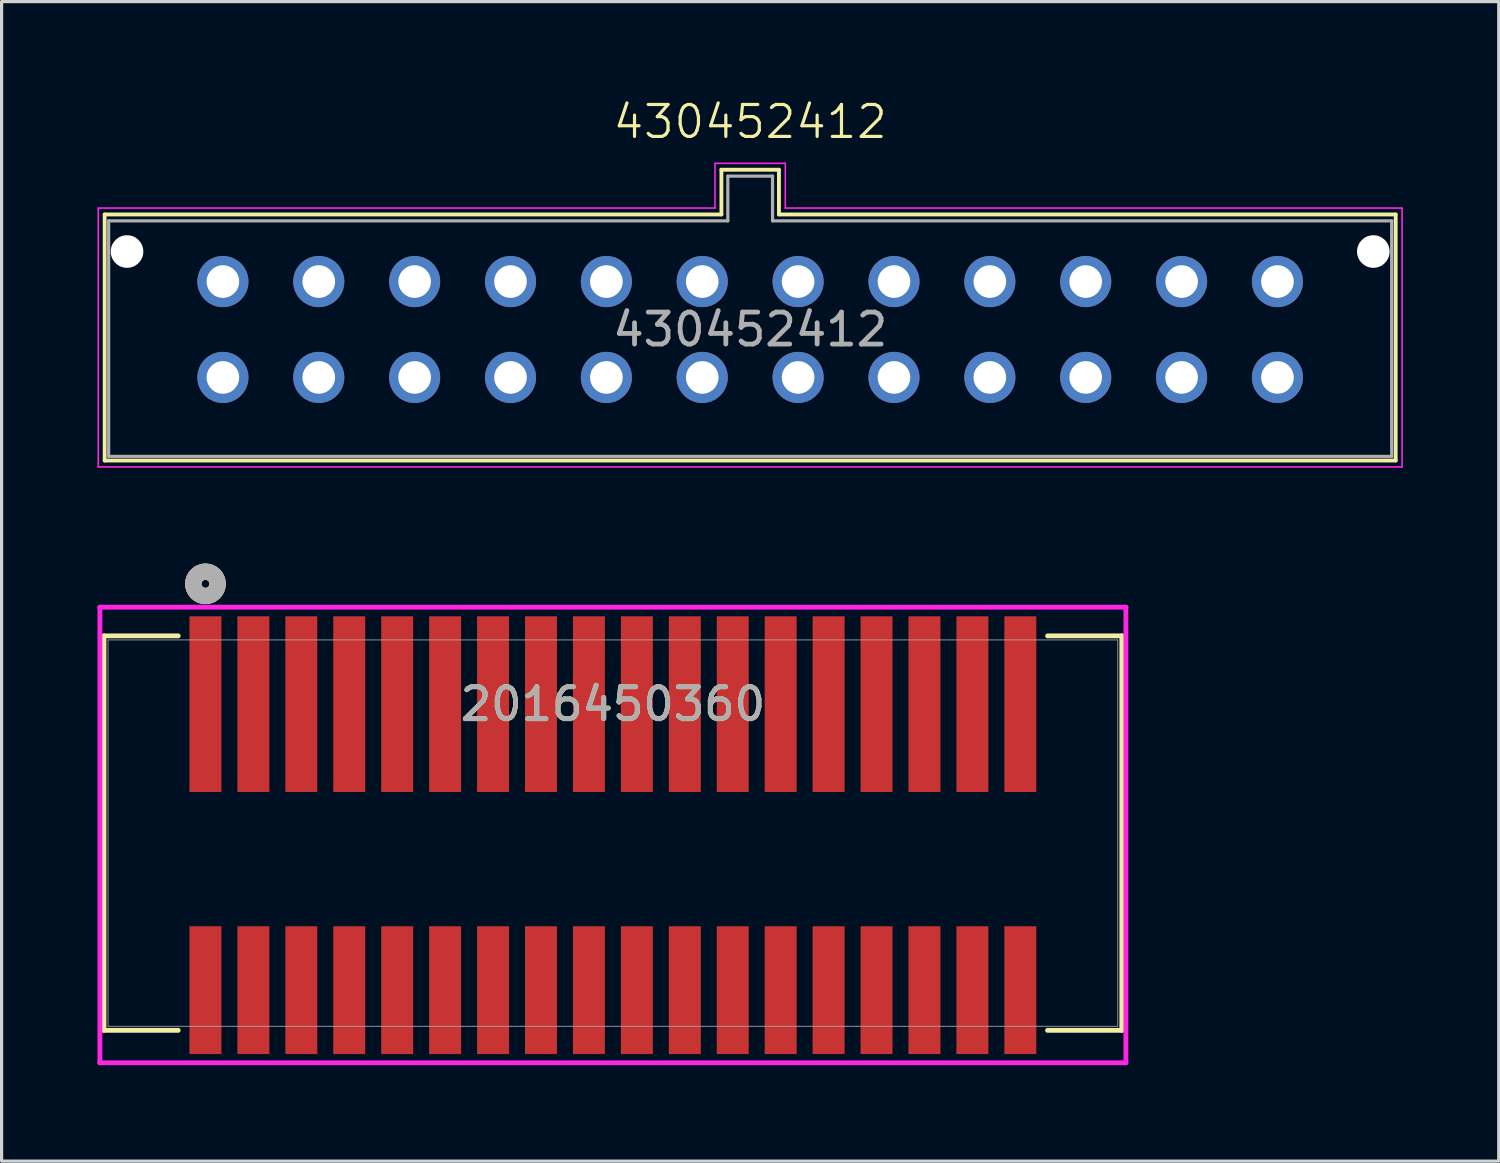
<source format=kicad_pcb>
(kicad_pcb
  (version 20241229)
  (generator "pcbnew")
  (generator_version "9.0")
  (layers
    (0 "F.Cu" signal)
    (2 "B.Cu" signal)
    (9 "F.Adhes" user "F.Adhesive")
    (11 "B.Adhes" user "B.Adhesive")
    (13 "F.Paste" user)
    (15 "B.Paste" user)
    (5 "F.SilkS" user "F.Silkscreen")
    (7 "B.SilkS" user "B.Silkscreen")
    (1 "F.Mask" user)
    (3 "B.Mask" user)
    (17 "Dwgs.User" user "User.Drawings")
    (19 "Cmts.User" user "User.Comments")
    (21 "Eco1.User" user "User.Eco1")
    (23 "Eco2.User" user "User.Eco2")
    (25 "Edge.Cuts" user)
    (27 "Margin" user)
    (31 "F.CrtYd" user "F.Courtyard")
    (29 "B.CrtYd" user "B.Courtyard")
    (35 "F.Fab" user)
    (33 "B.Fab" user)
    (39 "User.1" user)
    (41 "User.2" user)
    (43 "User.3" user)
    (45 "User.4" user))
  (footprint "2016450360"
    (layer "F.Cu")
    (at 16.129 23.02)
    (property "Reference" "2016450360" (at 0 -4.035 0) (unlocked yes) (layer "F.SilkS") (effects (font (size 1 1) (thickness 0.15))))
    (attr smd)
    (fp_line (start -15.926 -6.172) (end -15.926 6.172) (stroke (width 0.152) (type solid)) (layer "F.SilkS"))
    (fp_line (start -15.926 6.172) (end -13.603 6.172) (stroke (width 0.152) (type solid)) (layer "F.SilkS"))
    (fp_line (start -13.603 -6.172) (end -15.926 -6.172) (stroke (width 0.152) (type solid)) (layer "F.SilkS"))
    (fp_line (start 13.603 6.172) (end 15.926 6.172) (stroke (width 0.152) (type solid)) (layer "F.SilkS"))
    (fp_line (start 15.926 -6.172) (end 13.603 -6.172) (stroke (width 0.152) (type solid)) (layer "F.SilkS"))
    (fp_line (start 15.926 6.172) (end 15.926 -6.172) (stroke (width 0.152) (type solid)) (layer "F.SilkS"))
    (fp_circle (center -12.75 -7.8) (end -12.369 -7.8) (stroke (width 0.508) (type solid)) (fill no) (layer "F.SilkS"))
    (fp_circle (center -12.75 -7.8) (end -12.369 -7.8) (stroke (width 0.508) (type solid)) (fill no) (layer "B.SilkS"))
    (fp_line (start -16.053 -7.07) (end -16.053 7.188) (stroke (width 0.152) (type solid)) (layer "F.CrtYd"))
    (fp_line (start -16.053 7.188) (end 16.053 7.188) (stroke (width 0.152) (type solid)) (layer "F.CrtYd"))
    (fp_line (start 16.053 -7.07) (end -16.053 -7.07) (stroke (width 0.152) (type solid)) (layer "F.CrtYd"))
    (fp_line (start 16.053 7.188) (end 16.053 -7.07) (stroke (width 0.152) (type solid)) (layer "F.CrtYd"))
    (fp_line (start -15.799 -6.045) (end -15.799 6.045) (stroke (width 0.025) (type solid)) (layer "F.Fab"))
    (fp_line (start -15.799 6.045) (end 15.799 6.045) (stroke (width 0.025) (type solid)) (layer "F.Fab"))
    (fp_line (start 15.799 -6.045) (end -15.799 -6.045) (stroke (width 0.025) (type solid)) (layer "F.Fab"))
    (fp_line (start 15.799 6.045) (end 15.799 -6.045) (stroke (width 0.025) (type solid)) (layer "F.Fab"))
    (fp_circle (center -12.75 -7.8) (end -12.369 -7.8) (stroke (width 0.508) (type solid)) (fill no) (layer "F.Fab"))
    (fp_text user "${REFERENCE}" (at 0 -4.035 0) (unlocked yes) (layer "F.Fab") (effects (font (size 1 1) (thickness 0.15))))
    (pad "1" smd rect (at -12.75 -4.035) (size 1 5.5) (layers "F.Cu" "F.Mask" "F.Paste"))
    (pad "2" smd rect (at -11.25 -4.035) (size 1 5.5) (layers "F.Cu" "F.Mask" "F.Paste"))
    (pad "3" smd rect (at -9.75 -4.035) (size 1 5.5) (layers "F.Cu" "F.Mask" "F.Paste"))
    (pad "4" smd rect (at -8.25 -4.035) (size 1 5.5) (layers "F.Cu" "F.Mask" "F.Paste"))
    (pad "5" smd rect (at -6.75 -4.035) (size 1 5.5) (layers "F.Cu" "F.Mask" "F.Paste"))
    (pad "6" smd rect (at -5.25 -4.035) (size 1 5.5) (layers "F.Cu" "F.Mask" "F.Paste"))
    (pad "7" smd rect (at -3.75 -4.035) (size 1 5.5) (layers "F.Cu" "F.Mask" "F.Paste"))
    (pad "8" smd rect (at -2.25 -4.035) (size 1 5.5) (layers "F.Cu" "F.Mask" "F.Paste"))
    (pad "9" smd rect (at -0.75 -4.035) (size 1 5.5) (layers "F.Cu" "F.Mask" "F.Paste"))
    (pad "10" smd rect (at 0.75 -4.035) (size 1 5.5) (layers "F.Cu" "F.Mask" "F.Paste"))
    (pad "11" smd rect (at 2.25 -4.035) (size 1 5.5) (layers "F.Cu" "F.Mask" "F.Paste"))
    (pad "12" smd rect (at 3.75 -4.035) (size 1 5.5) (layers "F.Cu" "F.Mask" "F.Paste"))
    (pad "13" smd rect (at 5.25 -4.035) (size 1 5.5) (layers "F.Cu" "F.Mask" "F.Paste"))
    (pad "14" smd rect (at 6.75 -4.035) (size 1 5.5) (layers "F.Cu" "F.Mask" "F.Paste"))
    (pad "15" smd rect (at 8.25 -4.035) (size 1 5.5) (layers "F.Cu" "F.Mask" "F.Paste"))
    (pad "16" smd rect (at 9.75 -4.035) (size 1 5.5) (layers "F.Cu" "F.Mask" "F.Paste"))
    (pad "17" smd rect (at 11.25 -4.035) (size 1 5.5) (layers "F.Cu" "F.Mask" "F.Paste"))
    (pad "18" smd rect (at 12.75 -4.035) (size 1 5.5) (layers "F.Cu" "F.Mask" "F.Paste"))
    (pad "19" smd rect (at -12.75 4.915) (size 1 4) (layers "F.Cu" "F.Mask" "F.Paste"))
    (pad "20" smd rect (at -11.25 4.915) (size 1 4) (layers "F.Cu" "F.Mask" "F.Paste"))
    (pad "21" smd rect (at -9.75 4.915) (size 1 4) (layers "F.Cu" "F.Mask" "F.Paste"))
    (pad "22" smd rect (at -8.25 4.915) (size 1 4) (layers "F.Cu" "F.Mask" "F.Paste"))
    (pad "23" smd rect (at -6.75 4.915) (size 1 4) (layers "F.Cu" "F.Mask" "F.Paste"))
    (pad "24" smd rect (at -5.25 4.915) (size 1 4) (layers "F.Cu" "F.Mask" "F.Paste"))
    (pad "25" smd rect (at -3.75 4.915) (size 1 4) (layers "F.Cu" "F.Mask" "F.Paste"))
    (pad "26" smd rect (at -2.25 4.915) (size 1 4) (layers "F.Cu" "F.Mask" "F.Paste"))
    (pad "27" smd rect (at -0.75 4.915) (size 1 4) (layers "F.Cu" "F.Mask" "F.Paste"))
    (pad "28" smd rect (at 0.75 4.915) (size 1 4) (layers "F.Cu" "F.Mask" "F.Paste"))
    (pad "29" smd rect (at 2.25 4.915) (size 1 4) (layers "F.Cu" "F.Mask" "F.Paste"))
    (pad "30" smd rect (at 3.75 4.915) (size 1 4) (layers "F.Cu" "F.Mask" "F.Paste"))
    (pad "31" smd rect (at 5.25 4.915) (size 1 4) (layers "F.Cu" "F.Mask" "F.Paste"))
    (pad "32" smd rect (at 6.75 4.915) (size 1 4) (layers "F.Cu" "F.Mask" "F.Paste"))
    (pad "33" smd rect (at 8.25 4.915) (size 1 4) (layers "F.Cu" "F.Mask" "F.Paste"))
    (pad "34" smd rect (at 9.75 4.915) (size 1 4) (layers "F.Cu" "F.Mask" "F.Paste"))
    (pad "35" smd rect (at 11.25 4.915) (size 1 4) (layers "F.Cu" "F.Mask" "F.Paste"))
    (pad "36" smd rect (at 12.75 4.915) (size 1 4) (layers "F.Cu" "F.Mask" "F.Paste")))
  (footprint "430452412"
    (layer "F.Cu")
    (at 20.425 7.261)
    (property "Reference" "430452412" (at 0 -6.5 0) (unlocked yes) (layer "F.SilkS") (effects (font (size 1 1) (thickness 0.1))))
    (attr through_hole)
    (fp_line (start -20.2 -3.6) (end -0.9 -3.6) (stroke (width 0.12) (type solid)) (layer "F.SilkS"))
    (fp_line (start -20.2 4.1) (end -20.2 -3.6) (stroke (width 0.12) (type solid)) (layer "F.SilkS"))
    (fp_line (start -20.2 4.1) (end 20.2 4.1) (stroke (width 0.12) (type solid)) (layer "F.SilkS"))
    (fp_line (start -0.9 -5) (end 0.9 -5) (stroke (width 0.12) (type solid)) (layer "F.SilkS"))
    (fp_line (start -0.9 -3.6) (end -0.9 -5) (stroke (width 0.12) (type solid)) (layer "F.SilkS"))
    (fp_line (start 0.9 -5) (end 0.9 -3.6) (stroke (width 0.12) (type solid)) (layer "F.SilkS"))
    (fp_line (start 0.9 -3.6) (end 20.2 -3.6) (stroke (width 0.12) (type solid)) (layer "F.SilkS"))
    (fp_line (start 20.2 -3.6) (end 20.2 4.1) (stroke (width 0.12) (type solid)) (layer "F.SilkS"))
    (fp_line (start -20.4 -3.8) (end -20.4 4.3) (stroke (width 0.05) (type solid)) (layer "F.CrtYd"))
    (fp_line (start -20.4 4.3) (end 20.4 4.3) (stroke (width 0.05) (type solid)) (layer "F.CrtYd"))
    (fp_line (start -1.1 -5.2) (end -1.1 -3.8) (stroke (width 0.05) (type solid)) (layer "F.CrtYd"))
    (fp_line (start -1.1 -3.8) (end -20.4 -3.8) (stroke (width 0.05) (type solid)) (layer "F.CrtYd"))
    (fp_line (start 1.1 -5.2) (end -1.1 -5.2) (stroke (width 0.05) (type solid)) (layer "F.CrtYd"))
    (fp_line (start 1.1 -3.8) (end 1.1 -5.2) (stroke (width 0.05) (type solid)) (layer "F.CrtYd"))
    (fp_line (start 20.4 -3.8) (end 1.1 -3.8) (stroke (width 0.05) (type solid)) (layer "F.CrtYd"))
    (fp_line (start 20.4 4.3) (end 20.4 -3.8) (stroke (width 0.05) (type solid)) (layer "F.CrtYd"))
    (fp_line (start -20.075 -3.4) (end -20.075 3.97) (stroke (width 0.1) (type solid)) (layer "F.Fab"))
    (fp_line (start -20.075 -3.4) (end -0.7 -3.4) (stroke (width 0.1) (type solid)) (layer "F.Fab"))
    (fp_line (start -20.075 3.97) (end 20.075 3.97) (stroke (width 0.1) (type solid)) (layer "F.Fab"))
    (fp_line (start -0.7 -4.8) (end 0.7 -4.8) (stroke (width 0.1) (type solid)) (layer "F.Fab"))
    (fp_line (start -0.7 -3.4) (end -0.7 -4.8) (stroke (width 0.1) (type solid)) (layer "F.Fab"))
    (fp_line (start 0.7 -4.8) (end 0.7 -3.4) (stroke (width 0.1) (type solid)) (layer "F.Fab"))
    (fp_line (start 20.075 -3.4) (end 0.7 -3.4) (stroke (width 0.1) (type solid)) (layer "F.Fab"))
    (fp_line (start 20.075 3.97) (end 20.075 -3.4) (stroke (width 0.1) (type solid)) (layer "F.Fab"))
    (fp_text user "${REFERENCE}" (at 0 0 0) (unlocked yes) (layer "F.Fab") (effects (font (size 1 1) (thickness 0.15))))
    (pad "" np_thru_hole circle (at -19.5 -2.44) (size 1.02 1.02) (drill 1.02) (layers "*.Cu" "*.Mask"))
    (pad "" np_thru_hole circle (at 19.5 -2.44) (size 1.02 1.02) (drill 1.02) (layers "*.Cu" "*.Mask"))
    (pad "1" thru_hole circle (at 16.5 1.5) (size 1.6 1.6) (drill 1.02) (layers "*.Cu" "*.Mask"))
    (pad "2" thru_hole circle (at 13.5 1.5) (size 1.6 1.6) (drill 1.02) (layers "*.Cu" "*.Mask"))
    (pad "3" thru_hole circle (at 10.5 1.5) (size 1.6 1.6) (drill 1.02) (layers "*.Cu" "*.Mask"))
    (pad "4" thru_hole circle (at 7.5 1.5) (size 1.6 1.6) (drill 1.02) (layers "*.Cu" "*.Mask"))
    (pad "5" thru_hole circle (at 4.5 1.5) (size 1.6 1.6) (drill 1.02) (layers "*.Cu" "*.Mask"))
    (pad "6" thru_hole circle (at 1.5 1.5) (size 1.6 1.6) (drill 1.02) (layers "*.Cu" "*.Mask"))
    (pad "7" thru_hole circle (at -1.5 1.5) (size 1.6 1.6) (drill 1.02) (layers "*.Cu" "*.Mask"))
    (pad "8" thru_hole circle (at -4.5 1.5) (size 1.6 1.6) (drill 1.02) (layers "*.Cu" "*.Mask"))
    (pad "9" thru_hole circle (at -7.5 1.5) (size 1.6 1.6) (drill 1.02) (layers "*.Cu" "*.Mask"))
    (pad "10" thru_hole circle (at -10.5 1.5) (size 1.6 1.6) (drill 1.02) (layers "*.Cu" "*.Mask"))
    (pad "11" thru_hole circle (at -13.5 1.5) (size 1.6 1.6) (drill 1.02) (layers "*.Cu" "*.Mask"))
    (pad "12" thru_hole circle (at -16.5 1.5) (size 1.6 1.6) (drill 1.02) (layers "*.Cu" "*.Mask"))
    (pad "13" thru_hole circle (at 16.5 -1.5) (size 1.6 1.6) (drill 1.02) (layers "*.Cu" "*.Mask"))
    (pad "14" thru_hole circle (at 13.5 -1.5) (size 1.6 1.6) (drill 1.02) (layers "*.Cu" "*.Mask"))
    (pad "15" thru_hole circle (at 10.5 -1.5) (size 1.6 1.6) (drill 1.02) (layers "*.Cu" "*.Mask"))
    (pad "16" thru_hole circle (at 7.5 -1.5) (size 1.6 1.6) (drill 1.02) (layers "*.Cu" "*.Mask"))
    (pad "17" thru_hole circle (at 4.5 -1.5) (size 1.6 1.6) (drill 1.02) (layers "*.Cu" "*.Mask"))
    (pad "18" thru_hole circle (at 1.5 -1.5) (size 1.6 1.6) (drill 1.02) (layers "*.Cu" "*.Mask"))
    (pad "19" thru_hole circle (at -1.5 -1.5) (size 1.6 1.6) (drill 1.02) (layers "*.Cu" "*.Mask"))
    (pad "20" thru_hole circle (at -4.5 -1.5) (size 1.6 1.6) (drill 1.02) (layers "*.Cu" "*.Mask"))
    (pad "21" thru_hole circle (at -7.5 -1.5) (size 1.6 1.6) (drill 1.02) (layers "*.Cu" "*.Mask"))
    (pad "22" thru_hole circle (at -10.5 -1.5) (size 1.6 1.6) (drill 1.02) (layers "*.Cu" "*.Mask"))
    (pad "23" thru_hole circle (at -13.5 -1.5) (size 1.6 1.6) (drill 1.02) (layers "*.Cu" "*.Mask"))
    (pad "24" thru_hole circle (at -16.5 -1.5) (size 1.6 1.6) (drill 1.02) (layers "*.Cu" "*.Mask")))
  (gr_rect
    (start -3 -3)
    (end 43.85 33.285)
    (stroke (width 0.1) (type default))
    (fill no)
    (layer "Edge.Cuts")))
</source>
